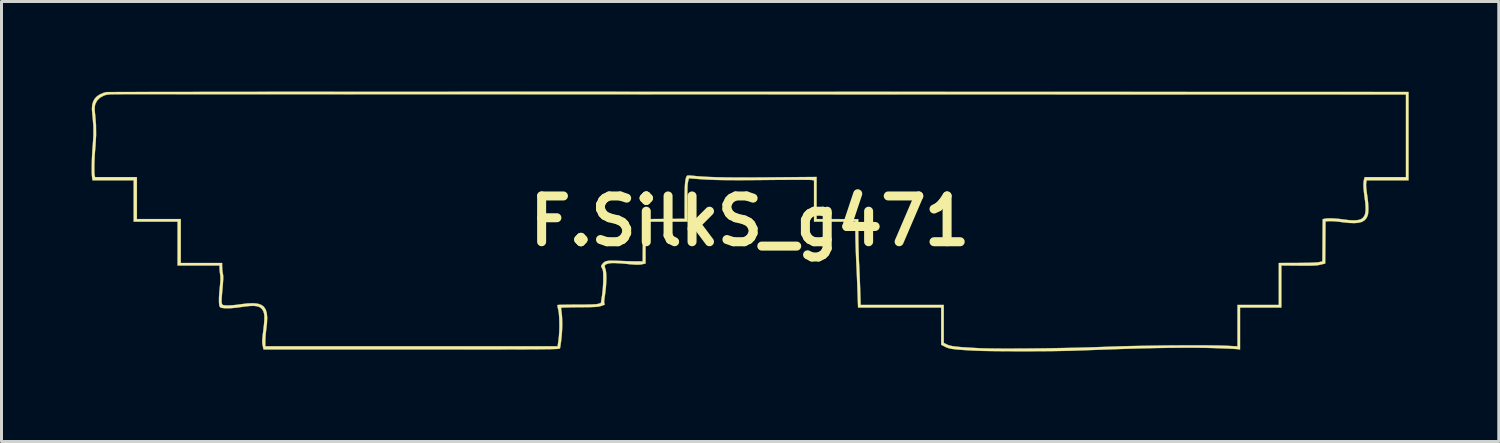
<source format=kicad_pcb>
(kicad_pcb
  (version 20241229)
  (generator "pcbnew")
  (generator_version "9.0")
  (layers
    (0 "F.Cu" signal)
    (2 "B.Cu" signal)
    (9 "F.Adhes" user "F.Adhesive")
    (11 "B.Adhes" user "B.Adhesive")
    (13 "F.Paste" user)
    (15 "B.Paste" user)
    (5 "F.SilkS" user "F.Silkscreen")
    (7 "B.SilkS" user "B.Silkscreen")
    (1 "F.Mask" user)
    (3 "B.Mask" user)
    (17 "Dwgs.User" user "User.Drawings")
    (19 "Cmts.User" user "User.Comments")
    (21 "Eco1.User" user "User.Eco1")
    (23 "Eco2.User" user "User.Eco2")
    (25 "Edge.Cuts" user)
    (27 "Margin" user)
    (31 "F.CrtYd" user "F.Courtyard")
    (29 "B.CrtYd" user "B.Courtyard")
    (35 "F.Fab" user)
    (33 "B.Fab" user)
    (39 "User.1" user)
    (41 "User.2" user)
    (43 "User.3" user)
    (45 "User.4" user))
  (footprint "F.SilkS_g471"
    (layer "F.Cu")
    (at 21.912 4.308)
    (property "Reference" "F.SilkS_g471" (at 0 0 0) (layer "F.SilkS") (effects (font (size 1.524 1.524) (thickness 0.3))))
    (attr through_hole)
    (fp_poly (pts (xy -6.257 -4.303) (xy -5.376 -4.303) (xy -4.481 -4.303) (xy -3.572 -4.302) (xy -2.65 -4.302) (xy -1.716 -4.302) (xy -0.771 -4.302) (xy 0.185 -4.302) (xy 0.302 -4.302) (xy 21.929 -4.296) (xy 21.929 -1.355) (xy 20.536 -1.355) (xy 20.522 -1.279) (xy 20.517 -1.237) (xy 20.516 -1.185) (xy 20.52 -1.117) (xy 20.529 -1.027) (xy 20.545 -0.908) (xy 20.566 -0.762) (xy 20.583 -0.612) (xy 20.591 -0.469) (xy 20.591 -0.34) (xy 20.582 -0.236) (xy 20.567 -0.176) (xy 20.523 -0.088) (xy 20.461 -0.021) (xy 20.378 0.028) (xy 20.269 0.057) (xy 20.133 0.069) (xy 19.965 0.064) (xy 19.762 0.043) (xy 19.685 0.033) (xy 19.571 0.018) (xy 19.457 0.008) (xy 19.357 0.004) (xy 19.304 0.004) (xy 19.166 0.011) (xy 19.161 0.713) (xy 19.155 1.415) (xy 19.002 1.452) (xy 18.949 1.464) (xy 18.893 1.473) (xy 18.827 1.479) (xy 18.745 1.483) (xy 18.641 1.486) (xy 18.509 1.486) (xy 18.343 1.486) (xy 18.272 1.485) (xy 17.695 1.48) (xy 17.695 2.879) (xy 16.32 2.879) (xy 16.32 4.279) (xy 16.261 4.267) (xy 16.226 4.264) (xy 16.155 4.259) (xy 16.052 4.253) (xy 15.923 4.247) (xy 15.775 4.241) (xy 15.611 4.234) (xy 15.515 4.231) (xy 15.184 4.222) (xy 14.812 4.217) (xy 14.403 4.217) (xy 13.957 4.221) (xy 13.478 4.229) (xy 12.968 4.241) (xy 12.427 4.258) (xy 12.21 4.265) (xy 11.989 4.273) (xy 11.752 4.281) (xy 11.511 4.29) (xy 11.274 4.298) (xy 11.052 4.306) (xy 10.854 4.313) (xy 10.71 4.318) (xy 10.544 4.322) (xy 10.348 4.326) (xy 10.126 4.33) (xy 9.884 4.332) (xy 9.628 4.334) (xy 9.364 4.335) (xy 9.095 4.335) (xy 8.828 4.335) (xy 8.568 4.334) (xy 8.321 4.332) (xy 8.092 4.33) (xy 7.886 4.327) (xy 7.708 4.323) (xy 7.565 4.318) (xy 7.504 4.316) (xy 7.286 4.304) (xy 7.106 4.293) (xy 6.959 4.283) (xy 6.841 4.271) (xy 6.745 4.259) (xy 6.668 4.245) (xy 6.605 4.228) (xy 6.552 4.209) (xy 6.503 4.186) (xy 6.371 4.119) (xy 6.371 2.879) (xy 3.604 2.879) (xy 3.589 2.45) (xy 3.584 2.312) (xy 3.578 2.143) (xy 3.57 1.953) (xy 3.562 1.752) (xy 3.553 1.552) (xy 3.544 1.365) (xy 3.536 1.182) (xy 3.529 0.993) (xy 3.523 0.808) (xy 3.518 0.637) (xy 3.515 0.489) (xy 3.514 0.373) (xy 3.514 0.365) (xy 3.514 0.021) (xy 2.138 0.021) (xy 2.138 -1.351) (xy 2.07 -1.366) (xy 2.038 -1.368) (xy 1.967 -1.37) (xy 1.861 -1.371) (xy 1.724 -1.372) (xy 1.558 -1.372) (xy 1.368 -1.372) (xy 1.158 -1.371) (xy 0.931 -1.37) (xy 0.69 -1.368) (xy 0.53 -1.366) (xy 0.197 -1.363) (xy -0.098 -1.361) (xy -0.359 -1.36) (xy -0.592 -1.361) (xy -0.799 -1.362) (xy -0.985 -1.365) (xy -1.155 -1.369) (xy -1.314 -1.375) (xy -1.464 -1.382) (xy -1.611 -1.391) (xy -1.76 -1.402) (xy -1.865 -1.41) (xy -2.026 -1.424) (xy -2.056 -1.31) (xy -2.065 -1.263) (xy -2.072 -1.199) (xy -2.077 -1.114) (xy -2.079 -1.003) (xy -2.08 -0.862) (xy -2.08 -0.685) (xy -2.079 -0.587) (xy -2.072 0.021) (xy -3.471 0.021) (xy -3.471 1.415) (xy -3.593 1.441) (xy -3.649 1.45) (xy -3.711 1.454) (xy -3.787 1.453) (xy -3.886 1.447) (xy -4.016 1.436) (xy -4.064 1.431) (xy -4.244 1.414) (xy -4.389 1.404) (xy -4.503 1.399) (xy -4.592 1.4) (xy -4.663 1.406) (xy -4.722 1.418) (xy -4.723 1.419) (xy -4.795 1.445) (xy -4.829 1.48) (xy -4.829 1.529) (xy -4.811 1.579) (xy -4.792 1.65) (xy -4.78 1.755) (xy -4.776 1.886) (xy -4.78 2.037) (xy -4.79 2.198) (xy -4.808 2.363) (xy -4.821 2.455) (xy -4.84 2.584) (xy -4.849 2.674) (xy -4.848 2.729) (xy -4.842 2.747) (xy -4.829 2.766) (xy -4.831 2.78) (xy -4.856 2.794) (xy -4.911 2.814) (xy -4.953 2.828) (xy -4.993 2.84) (xy -5.039 2.849) (xy -5.097 2.856) (xy -5.171 2.861) (xy -5.267 2.865) (xy -5.391 2.868) (xy -5.549 2.87) (xy -5.669 2.871) (xy -5.824 2.872) (xy -5.965 2.874) (xy -6.087 2.877) (xy -6.183 2.88) (xy -6.249 2.883) (xy -6.279 2.886) (xy -6.28 2.886) (xy -6.282 2.911) (xy -6.278 2.966) (xy -6.268 3.033) (xy -6.254 3.149) (xy -6.247 3.296) (xy -6.245 3.463) (xy -6.25 3.637) (xy -6.262 3.809) (xy -6.277 3.952) (xy -6.29 4.053) (xy -6.303 4.141) (xy -6.314 4.207) (xy -6.32 4.239) (xy -6.323 4.243) (xy -6.33 4.246) (xy -6.342 4.25) (xy -6.361 4.253) (xy -6.389 4.256) (xy -6.427 4.259) (xy -6.478 4.261) (xy -6.541 4.263) (xy -6.62 4.265) (xy -6.716 4.267) (xy -6.83 4.268) (xy -6.964 4.27) (xy -7.119 4.271) (xy -7.297 4.272) (xy -7.5 4.273) (xy -7.73 4.273) (xy -7.987 4.274) (xy -8.274 4.275) (xy -8.592 4.275) (xy -8.942 4.275) (xy -9.327 4.275) (xy -9.748 4.276) (xy -10.206 4.276) (xy -10.703 4.276) (xy -11.241 4.276) (xy -16.189 4.276) (xy -16.212 4.169) (xy -16.223 4.116) (xy -16.23 4.069) (xy -16.232 4.019) (xy -16.231 3.961) (xy -16.225 3.886) (xy -16.214 3.786) (xy -16.198 3.655) (xy -16.191 3.598) (xy -16.171 3.423) (xy -16.161 3.283) (xy -16.16 3.173) (xy -16.17 3.086) (xy -16.19 3.017) (xy -16.214 2.968) (xy -16.263 2.906) (xy -16.328 2.862) (xy -16.412 2.835) (xy -16.521 2.824) (xy -16.66 2.829) (xy -16.832 2.848) (xy -16.891 2.857) (xy -17.121 2.888) (xy -17.311 2.904) (xy -17.463 2.905) (xy -17.571 2.893) (xy -17.625 2.876) (xy -17.652 2.845) (xy -17.661 2.812) (xy -17.672 2.708) (xy -17.672 2.564) (xy -17.661 2.379) (xy -17.643 2.197) (xy -17.629 2.05) (xy -17.623 1.936) (xy -17.625 1.845) (xy -17.632 1.788) (xy -17.644 1.701) (xy -17.651 1.614) (xy -17.653 1.572) (xy -17.653 1.482) (xy -19.05 1.482) (xy -19.05 0.021) (xy -20.511 0.021) (xy -20.511 -1.355) (xy -21.881 -1.355) (xy -21.894 -1.434) (xy -21.902 -1.511) (xy -21.906 -1.622) (xy -21.907 -1.729) (xy -21.822 -1.729) (xy -21.82 -1.622) (xy -21.815 -1.543) (xy -21.809 -1.508) (xy -21.797 -1.46) (xy -20.405 -1.46) (xy -20.405 -0.064) (xy -18.944 -0.064) (xy -18.944 1.397) (xy -17.568 1.397) (xy -17.568 1.51) (xy -17.564 1.599) (xy -17.552 1.698) (xy -17.544 1.746) (xy -17.535 1.798) (xy -17.531 1.858) (xy -17.532 1.932) (xy -17.537 2.027) (xy -17.547 2.151) (xy -17.558 2.278) (xy -17.573 2.45) (xy -17.582 2.581) (xy -17.585 2.675) (xy -17.581 2.733) (xy -17.577 2.746) (xy -17.564 2.776) (xy -17.544 2.794) (xy -17.507 2.804) (xy -17.443 2.809) (xy -17.4 2.811) (xy -17.316 2.81) (xy -17.203 2.802) (xy -17.076 2.789) (xy -16.947 2.772) (xy -16.946 2.771) (xy -16.724 2.744) (xy -16.538 2.737) (xy -16.387 2.751) (xy -16.267 2.79) (xy -16.178 2.855) (xy -16.116 2.948) (xy -16.08 3.07) (xy -16.067 3.225) (xy -16.076 3.414) (xy -16.095 3.576) (xy -16.109 3.696) (xy -16.121 3.822) (xy -16.128 3.937) (xy -16.129 3.994) (xy -16.129 4.17) (xy -6.398 4.17) (xy -6.369 3.963) (xy -6.354 3.829) (xy -6.344 3.675) (xy -6.34 3.514) (xy -6.341 3.353) (xy -6.347 3.203) (xy -6.357 3.072) (xy -6.372 2.971) (xy -6.379 2.945) (xy -6.396 2.875) (xy -6.404 2.821) (xy -6.402 2.797) (xy -6.378 2.794) (xy -6.318 2.79) (xy -6.225 2.788) (xy -6.107 2.786) (xy -5.967 2.784) (xy -5.812 2.783) (xy -5.761 2.783) (xy -5.55 2.783) (xy -5.379 2.78) (xy -5.245 2.777) (xy -5.145 2.771) (xy -5.077 2.764) (xy -5.046 2.757) (xy -4.958 2.73) (xy -4.919 2.482) (xy -4.894 2.275) (xy -4.881 2.048) (xy -4.879 1.937) (xy -4.88 1.815) (xy -4.882 1.727) (xy -4.888 1.665) (xy -4.898 1.621) (xy -4.912 1.586) (xy -4.92 1.572) (xy -4.946 1.526) (xy -4.95 1.495) (xy -4.931 1.461) (xy -4.919 1.445) (xy -4.879 1.397) (xy -4.836 1.361) (xy -4.784 1.338) (xy -4.715 1.324) (xy -4.623 1.319) (xy -4.5 1.32) (xy -4.392 1.325) (xy -4.251 1.33) (xy -4.101 1.336) (xy -3.957 1.34) (xy -3.836 1.342) (xy -3.81 1.342) (xy -3.567 1.344) (xy -3.561 0.641) (xy -3.555 -0.063) (xy -2.863 -0.069) (xy -2.17 -0.074) (xy -2.17 -0.667) (xy -2.169 -0.874) (xy -2.166 -1.043) (xy -2.161 -1.179) (xy -2.153 -1.287) (xy -2.142 -1.369) (xy -2.127 -1.432) (xy -2.109 -1.48) (xy -2.098 -1.499) (xy -2.082 -1.511) (xy -2.048 -1.517) (xy -1.99 -1.515) (xy -1.899 -1.507) (xy -1.871 -1.504) (xy -1.734 -1.491) (xy -1.585 -1.48) (xy -1.419 -1.47) (xy -1.234 -1.463) (xy -1.028 -1.457) (xy -0.796 -1.453) (xy -0.536 -1.45) (xy -0.246 -1.449) (xy 0.079 -1.45) (xy 0.441 -1.452) (xy 0.714 -1.454) (xy 2.223 -1.467) (xy 2.223 -0.064) (xy 3.609 -0.063) (xy 3.612 0.482) (xy 3.614 0.659) (xy 3.618 0.851) (xy 3.623 1.042) (xy 3.629 1.222) (xy 3.635 1.378) (xy 3.638 1.429) (xy 3.646 1.58) (xy 3.654 1.759) (xy 3.662 1.95) (xy 3.669 2.14) (xy 3.675 2.312) (xy 3.675 2.312) (xy 3.69 2.794) (xy 6.456 2.794) (xy 6.456 4.057) (xy 6.567 4.112) (xy 6.612 4.132) (xy 6.667 4.148) (xy 6.736 4.163) (xy 6.823 4.176) (xy 6.933 4.188) (xy 7.069 4.2) (xy 7.236 4.211) (xy 7.438 4.223) (xy 7.631 4.233) (xy 7.774 4.238) (xy 7.955 4.242) (xy 8.17 4.245) (xy 8.413 4.247) (xy 8.682 4.247) (xy 8.97 4.246) (xy 9.275 4.244) (xy 9.591 4.241) (xy 9.913 4.237) (xy 10.239 4.231) (xy 10.562 4.225) (xy 10.879 4.218) (xy 11.186 4.21) (xy 11.477 4.201) (xy 11.749 4.192) (xy 11.8 4.19) (xy 12.068 4.18) (xy 12.357 4.171) (xy 12.663 4.163) (xy 12.981 4.157) (xy 13.306 4.151) (xy 13.634 4.146) (xy 13.96 4.142) (xy 14.279 4.14) (xy 14.587 4.138) (xy 14.879 4.138) (xy 15.151 4.139) (xy 15.398 4.142) (xy 15.615 4.145) (xy 15.797 4.15) (xy 15.901 4.155) (xy 16.235 4.172) (xy 16.235 2.794) (xy 17.611 2.794) (xy 17.611 1.397) (xy 18.23 1.395) (xy 18.433 1.393) (xy 18.609 1.39) (xy 18.754 1.385) (xy 18.864 1.379) (xy 18.937 1.372) (xy 18.955 1.368) (xy 19.061 1.344) (xy 19.066 0.642) (xy 19.072 -0.06) (xy 19.14 -0.076) (xy 19.225 -0.087) (xy 19.342 -0.089) (xy 19.481 -0.083) (xy 19.632 -0.069) (xy 19.743 -0.054) (xy 19.936 -0.03) (xy 20.099 -0.022) (xy 20.229 -0.029) (xy 20.323 -0.051) (xy 20.34 -0.058) (xy 20.406 -0.103) (xy 20.454 -0.163) (xy 20.486 -0.244) (xy 20.501 -0.35) (xy 20.5 -0.485) (xy 20.485 -0.653) (xy 20.47 -0.768) (xy 20.447 -0.942) (xy 20.433 -1.081) (xy 20.428 -1.191) (xy 20.43 -1.28) (xy 20.441 -1.354) (xy 20.448 -1.381) (xy 20.47 -1.461) (xy 21.157 -1.461) (xy 21.844 -1.46) (xy 21.844 -4.212) (xy 0.619 -4.217) (xy -0.33 -4.218) (xy -1.27 -4.218) (xy -2.199 -4.218) (xy -3.117 -4.218) (xy -4.023 -4.219) (xy -4.915 -4.219) (xy -5.793 -4.219) (xy -6.656 -4.219) (xy -7.503 -4.219) (xy -8.333 -4.22) (xy -9.145 -4.22) (xy -9.939 -4.22) (xy -10.713 -4.22) (xy -11.466 -4.22) (xy -12.198 -4.22) (xy -12.907 -4.22) (xy -13.593 -4.221) (xy -14.255 -4.221) (xy -14.891 -4.221) (xy -15.502 -4.221) (xy -16.085 -4.221) (xy -16.641 -4.221) (xy -17.168 -4.221) (xy -17.665 -4.221) (xy -18.131 -4.221) (xy -18.566 -4.221) (xy -18.968 -4.221) (xy -19.337 -4.222) (xy -19.671 -4.222) (xy -19.97 -4.222) (xy -20.233 -4.222) (xy -20.459 -4.222) (xy -20.647 -4.222) (xy -20.796 -4.222) (xy -20.905 -4.221) (xy -20.974 -4.221) (xy -20.997 -4.221) (xy -21.139 -4.22) (xy -21.246 -4.218) (xy -21.327 -4.214) (xy -21.388 -4.207) (xy -21.437 -4.197) (xy -21.483 -4.183) (xy -21.509 -4.173) (xy -21.635 -4.105) (xy -21.728 -4.012) (xy -21.787 -3.899) (xy -21.799 -3.857) (xy -21.808 -3.792) (xy -21.81 -3.716) (xy -21.803 -3.617) (xy -21.79 -3.501) (xy -21.766 -3.196) (xy -21.763 -2.864) (xy -21.782 -2.511) (xy -21.791 -2.413) (xy -21.802 -2.283) (xy -21.811 -2.142) (xy -21.817 -1.997) (xy -21.821 -1.857) (xy -21.822 -1.729) (xy -21.907 -1.729) (xy -21.907 -1.758) (xy -21.905 -1.912) (xy -21.901 -2.075) (xy -21.893 -2.239) (xy -21.884 -2.396) (xy -21.873 -2.516) (xy -21.852 -2.845) (xy -21.853 -3.158) (xy -21.879 -3.474) (xy -21.889 -3.559) (xy -21.902 -3.726) (xy -21.893 -3.864) (xy -21.859 -3.981) (xy -21.802 -4.081) (xy -21.727 -4.156) (xy -21.624 -4.222) (xy -21.504 -4.271) (xy -21.421 -4.291) (xy -21.395 -4.292) (xy -21.329 -4.293) (xy -21.221 -4.293) (xy -21.075 -4.294) (xy -20.889 -4.295) (xy -20.665 -4.295) (xy -20.405 -4.296) (xy -20.108 -4.296) (xy -19.776 -4.297) (xy -19.41 -4.297) (xy -19.011 -4.298) (xy -18.579 -4.298) (xy -18.115 -4.299) (xy -17.621 -4.299) (xy -17.096 -4.3) (xy -16.543 -4.3) (xy -15.962 -4.301) (xy -15.353 -4.301) (xy -14.718 -4.301) (xy -14.058 -4.301) (xy -13.374 -4.302) (xy -12.665 -4.302) (xy -11.934 -4.302) (xy -11.182 -4.302) (xy -10.408 -4.302) (xy -9.614 -4.303) (xy -8.801 -4.303) (xy -7.97 -4.303) (xy -7.122 -4.303) (xy -6.257 -4.303)) (stroke (width 0.01) (type solid)) (fill yes) (layer "F.SilkS")))
  (gr_rect
    (start -3 -3)
    (end 46.846 11.648)
    (stroke (width 0.1) (type default))
    (fill no)
    (layer "Edge.Cuts")))
</source>
